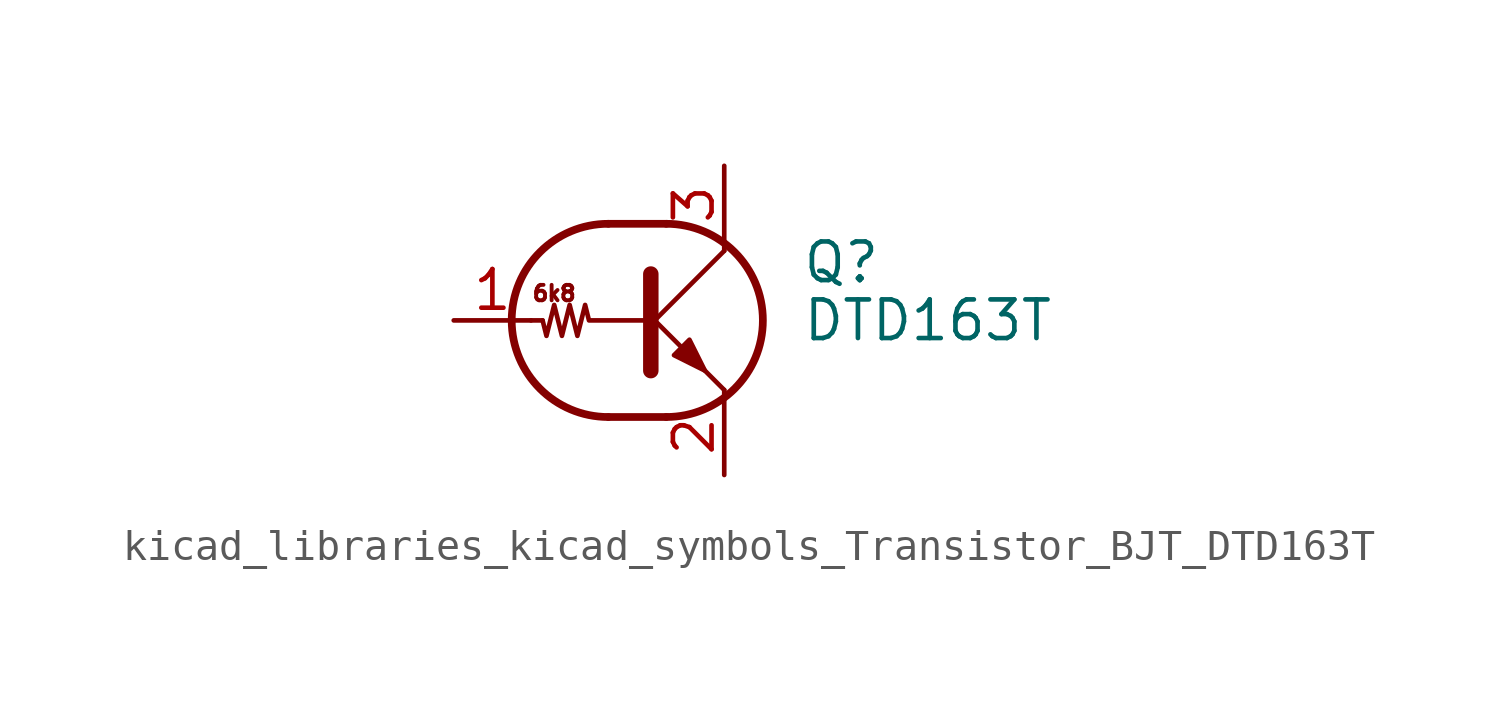
<source format=kicad_sym>
(kicad_symbol_lib
  (version 20220914)
  (generator kicad_symbol_editor)
  (symbol "kicad_libraries_kicad_symbols_Transistor_BJT_DTD163T"
    (pin_names
      (offset 0) hide)
    (property "Reference" "Q"
      (at 5.08 1.905 0)
      (effects (font (size 1.27 1.27)) (justify left)))
    (property "Value" "DTD163T"
      (at 5.08 0 0)
      (effects (font (size 1.27 1.27)) (justify left)))
    (symbol "kicad_libraries_kicad_symbols_Transistor_BJT_DTD163T_0_0"
      (polyline (pts (xy 2.54 -2.286) (xy 2.54 -2.54)) (stroke (width 0) (type default)) (fill (type none)))
      (text "6k8" (at -3.048 0.889 0) (effects (font (size 0.508 0.508)))))
    (symbol "kicad_libraries_kicad_symbols_Transistor_BJT_DTD163T_0_1"
      (arc (start -1.27 3.175) (mid -4.4312 0) (end -1.27 -3.175) (stroke (width 0.254) (type default)) (fill (type none)))
      (polyline (pts (xy -3.429 0) (xy -3.81 0)) (stroke (width 0) (type default)) (fill (type none)))
      (polyline (pts (xy -1.27 -3.175) (xy 0.635 -3.175)) (stroke (width 0.254) (type default)) (fill (type none)))
      (polyline (pts (xy -1.27 3.175) (xy 0.635 3.175)) (stroke (width 0.254) (type default)) (fill (type none)))
      (polyline (pts (xy 0 -0.254) (xy 2.54 2.286)) (stroke (width 0) (type default)) (fill (type none)))
      (polyline (pts (xy 0.127 1.524) (xy 0.127 -1.651)) (stroke (width 0.508) (type default)) (fill (type outline)))
      (polyline (pts (xy 2.54 2.286) (xy 2.54 2.54)) (stroke (width 0) (type default)) (fill (type none)))
      (polyline (pts (xy 2.54 -2.286) (xy 0 0.254) (xy 0 0.254)) (stroke (width 0) (type default)) (fill (type none)))
      (polyline (pts (xy 0.889 -1.143) (xy 1.397 -0.635) (xy 1.905 -1.651) (xy 0.889 -1.143)) (stroke (width 0) (type default)) (fill (type outline)))
      (polyline (pts (xy 0 0) (xy -1.905 0) (xy -2.032 0.508) (xy -2.286 -0.508) (xy -2.54 0.508) (xy -2.794 -0.508) (xy -3.048 0.508) (xy -3.302 -0.508) (xy -3.429 0)) (stroke (width 0) (type default)) (fill (type none)))
      (arc (start 0.635 -3.175) (mid 3.7962 0) (end 0.635 3.175) (stroke (width 0.254) (type default)) (fill (type none))))
    (symbol "kicad_libraries_kicad_symbols_Transistor_BJT_DTD163T_1_1"
      (pin input line (at -6.35 0 0) (length 2.54) (name "B" (effects (font (size 1.27 1.27)))) (number "1" (effects (font (size 1.27 1.27)))))
      (pin passive line (at 2.54 -5.08 90) (length 2.54) (name "E" (effects (font (size 1.27 1.27)))) (number "2" (effects (font (size 1.27 1.27)))))
      (pin passive line (at 2.54 5.08 270) (length 2.54) (name "C" (effects (font (size 1.27 1.27)))) (number "3" (effects (font (size 1.27 1.27))))))))
</source>
